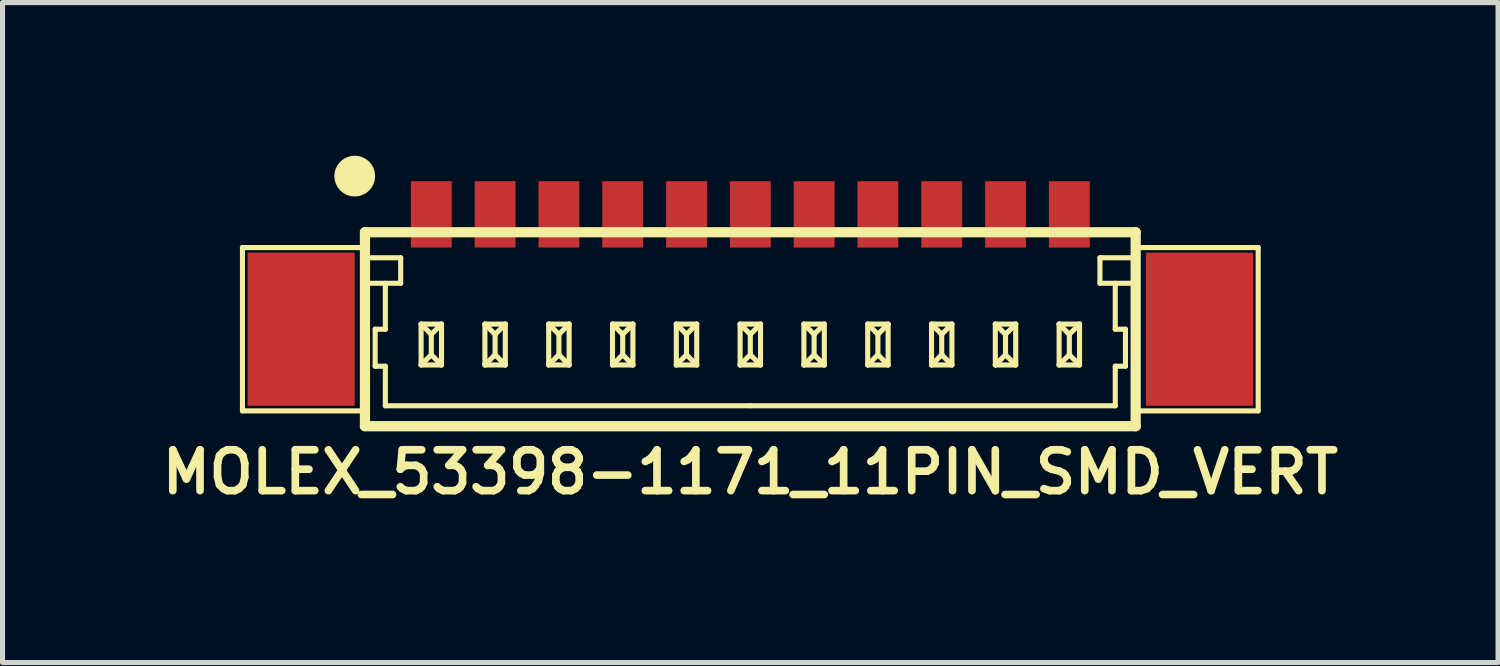
<source format=kicad_pcb>
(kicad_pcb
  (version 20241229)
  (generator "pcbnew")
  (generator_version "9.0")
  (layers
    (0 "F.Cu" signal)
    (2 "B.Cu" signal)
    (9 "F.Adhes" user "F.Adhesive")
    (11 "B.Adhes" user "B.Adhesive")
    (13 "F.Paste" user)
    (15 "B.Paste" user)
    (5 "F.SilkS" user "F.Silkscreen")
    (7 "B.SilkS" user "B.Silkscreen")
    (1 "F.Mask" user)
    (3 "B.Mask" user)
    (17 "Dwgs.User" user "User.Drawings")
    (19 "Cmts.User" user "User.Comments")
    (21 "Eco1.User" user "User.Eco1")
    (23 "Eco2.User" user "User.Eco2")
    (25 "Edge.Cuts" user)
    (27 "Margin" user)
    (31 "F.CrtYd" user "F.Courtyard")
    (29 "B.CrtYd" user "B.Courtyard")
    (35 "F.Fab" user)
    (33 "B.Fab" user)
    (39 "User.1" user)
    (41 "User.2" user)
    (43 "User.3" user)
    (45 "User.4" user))
  (footprint "MOLEX_53398-1171_11PIN_SMD_VERT"
    (layer "F.Cu")
    (at 11.65 3.4)
    (property "Reference" "MOLEX_53398-1171_11PIN_SMD_VERT" (at 0 2.8 0) (layer "F.SilkS") (effects (font (size 0.8 0.8) (thickness 0.15))))
    (attr through_hole)
    (fp_line (start -9.95 -1.6) (end -7.55 -1.6) (stroke (width 0.1) (type solid)) (layer "F.SilkS"))
    (fp_line (start -9.95 1.6) (end -9.95 -1.6) (stroke (width 0.1) (type solid)) (layer "F.SilkS"))
    (fp_line (start -7.55 -1.9) (end -7.55 1.9) (stroke (width 0.2) (type solid)) (layer "F.SilkS"))
    (fp_line (start -7.55 -1.9) (end 7.55 -1.9) (stroke (width 0.2) (type solid)) (layer "F.SilkS"))
    (fp_line (start -7.55 -0.9) (end -6.85 -0.9) (stroke (width 0.1) (type solid)) (layer "F.SilkS"))
    (fp_line (start -7.55 1.6) (end -9.95 1.6) (stroke (width 0.1) (type solid)) (layer "F.SilkS"))
    (fp_line (start -7.55 1.9) (end 7.55 1.9) (stroke (width 0.2) (type solid)) (layer "F.SilkS"))
    (fp_line (start -7.35 0) (end -7.15 0) (stroke (width 0.1) (type solid)) (layer "F.SilkS"))
    (fp_line (start -7.35 0.725) (end -7.35 0) (stroke (width 0.1) (type solid)) (layer "F.SilkS"))
    (fp_line (start -7.15 0) (end -7.15 -0.9) (stroke (width 0.1) (type solid)) (layer "F.SilkS"))
    (fp_line (start -7.15 0.725) (end -7.35 0.725) (stroke (width 0.1) (type solid)) (layer "F.SilkS"))
    (fp_line (start -7.15 1.5) (end -7.15 0.725) (stroke (width 0.1) (type solid)) (layer "F.SilkS"))
    (fp_line (start -6.85 -1.4) (end -7.55 -1.4) (stroke (width 0.1) (type solid)) (layer "F.SilkS"))
    (fp_line (start -6.85 -0.9) (end -6.85 -1.4) (stroke (width 0.1) (type solid)) (layer "F.SilkS"))
    (fp_line (start -6.45 -0.1) (end -6.45 0.7) (stroke (width 0.1) (type solid)) (layer "F.SilkS"))
    (fp_line (start -6.45 -0.1) (end -6.25 0.1) (stroke (width 0.1) (type solid)) (layer "F.SilkS"))
    (fp_line (start -6.45 -0.1) (end -6.05 -0.1) (stroke (width 0.1) (type solid)) (layer "F.SilkS"))
    (fp_line (start -6.45 0.7) (end -6.25 0.5) (stroke (width 0.1) (type solid)) (layer "F.SilkS"))
    (fp_line (start -6.45 0.7) (end -6.05 0.7) (stroke (width 0.1) (type solid)) (layer "F.SilkS"))
    (fp_line (start -6.25 0.1) (end -6.05 -0.1) (stroke (width 0.1) (type solid)) (layer "F.SilkS"))
    (fp_line (start -6.25 0.5) (end -6.25 0.1) (stroke (width 0.1) (type solid)) (layer "F.SilkS"))
    (fp_line (start -6.25 0.5) (end -6.05 0.7) (stroke (width 0.1) (type solid)) (layer "F.SilkS"))
    (fp_line (start -6.05 -0.1) (end -6.05 0.7) (stroke (width 0.1) (type solid)) (layer "F.SilkS"))
    (fp_line (start -5.2 -0.1) (end -5.2 0.7) (stroke (width 0.1) (type solid)) (layer "F.SilkS"))
    (fp_line (start -5.2 -0.1) (end -5 0.1) (stroke (width 0.1) (type solid)) (layer "F.SilkS"))
    (fp_line (start -5.2 -0.1) (end -4.8 -0.1) (stroke (width 0.1) (type solid)) (layer "F.SilkS"))
    (fp_line (start -5.2 0.7) (end -5 0.5) (stroke (width 0.1) (type solid)) (layer "F.SilkS"))
    (fp_line (start -5.2 0.7) (end -4.8 0.7) (stroke (width 0.1) (type solid)) (layer "F.SilkS"))
    (fp_line (start -5 0.1) (end -4.8 -0.1) (stroke (width 0.1) (type solid)) (layer "F.SilkS"))
    (fp_line (start -5 0.5) (end -5 0.1) (stroke (width 0.1) (type solid)) (layer "F.SilkS"))
    (fp_line (start -5 0.5) (end -4.8 0.7) (stroke (width 0.1) (type solid)) (layer "F.SilkS"))
    (fp_line (start -4.8 -0.1) (end -4.8 0.7) (stroke (width 0.1) (type solid)) (layer "F.SilkS"))
    (fp_line (start -3.95 -0.1) (end -3.95 0.7) (stroke (width 0.1) (type solid)) (layer "F.SilkS"))
    (fp_line (start -3.95 -0.1) (end -3.75 0.1) (stroke (width 0.1) (type solid)) (layer "F.SilkS"))
    (fp_line (start -3.95 -0.1) (end -3.55 -0.1) (stroke (width 0.1) (type solid)) (layer "F.SilkS"))
    (fp_line (start -3.95 0.7) (end -3.75 0.5) (stroke (width 0.1) (type solid)) (layer "F.SilkS"))
    (fp_line (start -3.95 0.7) (end -3.55 0.7) (stroke (width 0.1) (type solid)) (layer "F.SilkS"))
    (fp_line (start -3.75 0.1) (end -3.55 -0.1) (stroke (width 0.1) (type solid)) (layer "F.SilkS"))
    (fp_line (start -3.75 0.5) (end -3.75 0.1) (stroke (width 0.1) (type solid)) (layer "F.SilkS"))
    (fp_line (start -3.75 0.5) (end -3.55 0.7) (stroke (width 0.1) (type solid)) (layer "F.SilkS"))
    (fp_line (start -3.55 -0.1) (end -3.55 0.7) (stroke (width 0.1) (type solid)) (layer "F.SilkS"))
    (fp_line (start -2.7 -0.1) (end -2.7 0.7) (stroke (width 0.1) (type solid)) (layer "F.SilkS"))
    (fp_line (start -2.7 -0.1) (end -2.5 0.1) (stroke (width 0.1) (type solid)) (layer "F.SilkS"))
    (fp_line (start -2.7 -0.1) (end -2.3 -0.1) (stroke (width 0.1) (type solid)) (layer "F.SilkS"))
    (fp_line (start -2.7 0.7) (end -2.5 0.5) (stroke (width 0.1) (type solid)) (layer "F.SilkS"))
    (fp_line (start -2.7 0.7) (end -2.3 0.7) (stroke (width 0.1) (type solid)) (layer "F.SilkS"))
    (fp_line (start -2.5 0.1) (end -2.3 -0.1) (stroke (width 0.1) (type solid)) (layer "F.SilkS"))
    (fp_line (start -2.5 0.5) (end -2.5 0.1) (stroke (width 0.1) (type solid)) (layer "F.SilkS"))
    (fp_line (start -2.5 0.5) (end -2.3 0.7) (stroke (width 0.1) (type solid)) (layer "F.SilkS"))
    (fp_line (start -2.3 -0.1) (end -2.3 0.7) (stroke (width 0.1) (type solid)) (layer "F.SilkS"))
    (fp_line (start -1.45 -0.1) (end -1.45 0.7) (stroke (width 0.1) (type solid)) (layer "F.SilkS"))
    (fp_line (start -1.45 -0.1) (end -1.25 0.1) (stroke (width 0.1) (type solid)) (layer "F.SilkS"))
    (fp_line (start -1.45 -0.1) (end -1.05 -0.1) (stroke (width 0.1) (type solid)) (layer "F.SilkS"))
    (fp_line (start -1.45 0.7) (end -1.25 0.5) (stroke (width 0.1) (type solid)) (layer "F.SilkS"))
    (fp_line (start -1.45 0.7) (end -1.05 0.7) (stroke (width 0.1) (type solid)) (layer "F.SilkS"))
    (fp_line (start -1.25 0.1) (end -1.05 -0.1) (stroke (width 0.1) (type solid)) (layer "F.SilkS"))
    (fp_line (start -1.25 0.5) (end -1.25 0.1) (stroke (width 0.1) (type solid)) (layer "F.SilkS"))
    (fp_line (start -1.25 0.5) (end -1.05 0.7) (stroke (width 0.1) (type solid)) (layer "F.SilkS"))
    (fp_line (start -1.05 -0.1) (end -1.05 0.7) (stroke (width 0.1) (type solid)) (layer "F.SilkS"))
    (fp_line (start -0.2 -0.1) (end -0.2 0.7) (stroke (width 0.1) (type solid)) (layer "F.SilkS"))
    (fp_line (start -0.2 -0.1) (end 0 0.1) (stroke (width 0.1) (type solid)) (layer "F.SilkS"))
    (fp_line (start -0.2 -0.1) (end 0.2 -0.1) (stroke (width 0.1) (type solid)) (layer "F.SilkS"))
    (fp_line (start -0.2 0.7) (end 0 0.5) (stroke (width 0.1) (type solid)) (layer "F.SilkS"))
    (fp_line (start -0.2 0.7) (end 0.2 0.7) (stroke (width 0.1) (type solid)) (layer "F.SilkS"))
    (fp_line (start 0 0.1) (end 0.2 -0.1) (stroke (width 0.1) (type solid)) (layer "F.SilkS"))
    (fp_line (start 0 0.5) (end 0 0.1) (stroke (width 0.1) (type solid)) (layer "F.SilkS"))
    (fp_line (start 0 0.5) (end 0.2 0.7) (stroke (width 0.1) (type solid)) (layer "F.SilkS"))
    (fp_line (start 0 1.5) (end -7.15 1.5) (stroke (width 0.1) (type solid)) (layer "F.SilkS"))
    (fp_line (start 0 1.5) (end 7.15 1.5) (stroke (width 0.1) (type solid)) (layer "F.SilkS"))
    (fp_line (start 0.2 -0.1) (end 0.2 0.7) (stroke (width 0.1) (type solid)) (layer "F.SilkS"))
    (fp_line (start 1.05 -0.1) (end 1.05 0.7) (stroke (width 0.1) (type solid)) (layer "F.SilkS"))
    (fp_line (start 1.05 -0.1) (end 1.25 0.1) (stroke (width 0.1) (type solid)) (layer "F.SilkS"))
    (fp_line (start 1.05 -0.1) (end 1.45 -0.1) (stroke (width 0.1) (type solid)) (layer "F.SilkS"))
    (fp_line (start 1.05 0.7) (end 1.25 0.5) (stroke (width 0.1) (type solid)) (layer "F.SilkS"))
    (fp_line (start 1.05 0.7) (end 1.45 0.7) (stroke (width 0.1) (type solid)) (layer "F.SilkS"))
    (fp_line (start 1.25 0.1) (end 1.45 -0.1) (stroke (width 0.1) (type solid)) (layer "F.SilkS"))
    (fp_line (start 1.25 0.5) (end 1.25 0.1) (stroke (width 0.1) (type solid)) (layer "F.SilkS"))
    (fp_line (start 1.25 0.5) (end 1.45 0.7) (stroke (width 0.1) (type solid)) (layer "F.SilkS"))
    (fp_line (start 1.45 -0.1) (end 1.45 0.7) (stroke (width 0.1) (type solid)) (layer "F.SilkS"))
    (fp_line (start 2.3 -0.1) (end 2.3 0.7) (stroke (width 0.1) (type solid)) (layer "F.SilkS"))
    (fp_line (start 2.3 -0.1) (end 2.5 0.1) (stroke (width 0.1) (type solid)) (layer "F.SilkS"))
    (fp_line (start 2.3 -0.1) (end 2.7 -0.1) (stroke (width 0.1) (type solid)) (layer "F.SilkS"))
    (fp_line (start 2.3 0.7) (end 2.5 0.5) (stroke (width 0.1) (type solid)) (layer "F.SilkS"))
    (fp_line (start 2.3 0.7) (end 2.7 0.7) (stroke (width 0.1) (type solid)) (layer "F.SilkS"))
    (fp_line (start 2.5 0.1) (end 2.7 -0.1) (stroke (width 0.1) (type solid)) (layer "F.SilkS"))
    (fp_line (start 2.5 0.5) (end 2.5 0.1) (stroke (width 0.1) (type solid)) (layer "F.SilkS"))
    (fp_line (start 2.5 0.5) (end 2.7 0.7) (stroke (width 0.1) (type solid)) (layer "F.SilkS"))
    (fp_line (start 2.7 -0.1) (end 2.7 0.7) (stroke (width 0.1) (type solid)) (layer "F.SilkS"))
    (fp_line (start 3.55 -0.1) (end 3.55 0.7) (stroke (width 0.1) (type solid)) (layer "F.SilkS"))
    (fp_line (start 3.55 -0.1) (end 3.75 0.1) (stroke (width 0.1) (type solid)) (layer "F.SilkS"))
    (fp_line (start 3.55 -0.1) (end 3.95 -0.1) (stroke (width 0.1) (type solid)) (layer "F.SilkS"))
    (fp_line (start 3.55 0.7) (end 3.75 0.5) (stroke (width 0.1) (type solid)) (layer "F.SilkS"))
    (fp_line (start 3.55 0.7) (end 3.95 0.7) (stroke (width 0.1) (type solid)) (layer "F.SilkS"))
    (fp_line (start 3.75 0.1) (end 3.95 -0.1) (stroke (width 0.1) (type solid)) (layer "F.SilkS"))
    (fp_line (start 3.75 0.5) (end 3.75 0.1) (stroke (width 0.1) (type solid)) (layer "F.SilkS"))
    (fp_line (start 3.75 0.5) (end 3.95 0.7) (stroke (width 0.1) (type solid)) (layer "F.SilkS"))
    (fp_line (start 3.95 -0.1) (end 3.95 0.7) (stroke (width 0.1) (type solid)) (layer "F.SilkS"))
    (fp_line (start 4.8 -0.1) (end 4.8 0.7) (stroke (width 0.1) (type solid)) (layer "F.SilkS"))
    (fp_line (start 4.8 -0.1) (end 5 0.1) (stroke (width 0.1) (type solid)) (layer "F.SilkS"))
    (fp_line (start 4.8 -0.1) (end 5.2 -0.1) (stroke (width 0.1) (type solid)) (layer "F.SilkS"))
    (fp_line (start 4.8 0.7) (end 5 0.5) (stroke (width 0.1) (type solid)) (layer "F.SilkS"))
    (fp_line (start 4.8 0.7) (end 5.2 0.7) (stroke (width 0.1) (type solid)) (layer "F.SilkS"))
    (fp_line (start 5 0.1) (end 5.2 -0.1) (stroke (width 0.1) (type solid)) (layer "F.SilkS"))
    (fp_line (start 5 0.5) (end 5 0.1) (stroke (width 0.1) (type solid)) (layer "F.SilkS"))
    (fp_line (start 5 0.5) (end 5.2 0.7) (stroke (width 0.1) (type solid)) (layer "F.SilkS"))
    (fp_line (start 5.2 -0.1) (end 5.2 0.7) (stroke (width 0.1) (type solid)) (layer "F.SilkS"))
    (fp_line (start 6.05 -0.1) (end 6.05 0.7) (stroke (width 0.1) (type solid)) (layer "F.SilkS"))
    (fp_line (start 6.05 -0.1) (end 6.25 0.1) (stroke (width 0.1) (type solid)) (layer "F.SilkS"))
    (fp_line (start 6.05 -0.1) (end 6.45 -0.1) (stroke (width 0.1) (type solid)) (layer "F.SilkS"))
    (fp_line (start 6.05 0.7) (end 6.25 0.5) (stroke (width 0.1) (type solid)) (layer "F.SilkS"))
    (fp_line (start 6.05 0.7) (end 6.45 0.7) (stroke (width 0.1) (type solid)) (layer "F.SilkS"))
    (fp_line (start 6.25 0.1) (end 6.45 -0.1) (stroke (width 0.1) (type solid)) (layer "F.SilkS"))
    (fp_line (start 6.25 0.5) (end 6.25 0.1) (stroke (width 0.1) (type solid)) (layer "F.SilkS"))
    (fp_line (start 6.25 0.5) (end 6.45 0.7) (stroke (width 0.1) (type solid)) (layer "F.SilkS"))
    (fp_line (start 6.45 -0.1) (end 6.45 0.7) (stroke (width 0.1) (type solid)) (layer "F.SilkS"))
    (fp_line (start 6.85 -1.4) (end 7.55 -1.4) (stroke (width 0.1) (type solid)) (layer "F.SilkS"))
    (fp_line (start 6.85 -0.9) (end 6.85 -1.4) (stroke (width 0.1) (type solid)) (layer "F.SilkS"))
    (fp_line (start 7.15 0) (end 7.15 -0.9) (stroke (width 0.1) (type solid)) (layer "F.SilkS"))
    (fp_line (start 7.15 0.725) (end 7.35 0.725) (stroke (width 0.1) (type solid)) (layer "F.SilkS"))
    (fp_line (start 7.15 1.5) (end 7.15 0.725) (stroke (width 0.1) (type solid)) (layer "F.SilkS"))
    (fp_line (start 7.35 0) (end 7.15 0) (stroke (width 0.1) (type solid)) (layer "F.SilkS"))
    (fp_line (start 7.35 0.725) (end 7.35 0) (stroke (width 0.1) (type solid)) (layer "F.SilkS"))
    (fp_line (start 7.55 -1.9) (end 7.55 1.9) (stroke (width 0.2) (type solid)) (layer "F.SilkS"))
    (fp_line (start 7.55 -0.9) (end 6.85 -0.9) (stroke (width 0.1) (type solid)) (layer "F.SilkS"))
    (fp_line (start 7.55 1.6) (end 9.95 1.6) (stroke (width 0.1) (type solid)) (layer "F.SilkS"))
    (fp_line (start 9.95 -1.6) (end 7.55 -1.6) (stroke (width 0.1) (type solid)) (layer "F.SilkS"))
    (fp_line (start 9.95 1.6) (end 9.95 -1.6) (stroke (width 0.1) (type solid)) (layer "F.SilkS"))
    (fp_circle (center -7.75 -3) (end -7.75 -2.8) (stroke (width 0.4) (type solid)) (fill no) (layer "F.SilkS"))
    (pad "" smd rect (at -8.8 0) (size 2.1 3) (layers "F.Cu" "F.Mask"))
    (pad "" smd rect (at 8.8 0) (size 2.1 3) (layers "F.Cu" "F.Mask"))
    (pad "1" smd rect (at -6.25 -2.25) (size 0.8 1.3) (layers "F.Cu" "F.Mask"))
    (pad "2" smd rect (at -5 -2.25) (size 0.8 1.3) (layers "F.Cu" "F.Mask"))
    (pad "3" smd rect (at -3.75 -2.25) (size 0.8 1.3) (layers "F.Cu" "F.Mask"))
    (pad "4" smd rect (at -2.5 -2.25) (size 0.8 1.3) (layers "F.Cu" "F.Mask"))
    (pad "5" smd rect (at -1.25 -2.25) (size 0.8 1.3) (layers "F.Cu" "F.Mask"))
    (pad "6" smd rect (at 0 -2.25) (size 0.8 1.3) (layers "F.Cu" "F.Mask"))
    (pad "7" smd rect (at 1.25 -2.25) (size 0.8 1.3) (layers "F.Cu" "F.Mask"))
    (pad "8" smd rect (at 2.5 -2.25) (size 0.8 1.3) (layers "F.Cu" "F.Mask"))
    (pad "9" smd rect (at 3.75 -2.25) (size 0.8 1.3) (layers "F.Cu" "F.Mask"))
    (pad "10" smd rect (at 5 -2.25) (size 0.8 1.3) (layers "F.Cu" "F.Mask"))
    (pad "11" smd rect (at 6.25 -2.25) (size 0.8 1.3) (layers "F.Cu" "F.Mask")))
  (gr_rect
    (start -3 -3)
    (end 26.3 9.931)
    (stroke (width 0.1) (type default))
    (fill no)
    (layer "Edge.Cuts")))
</source>
